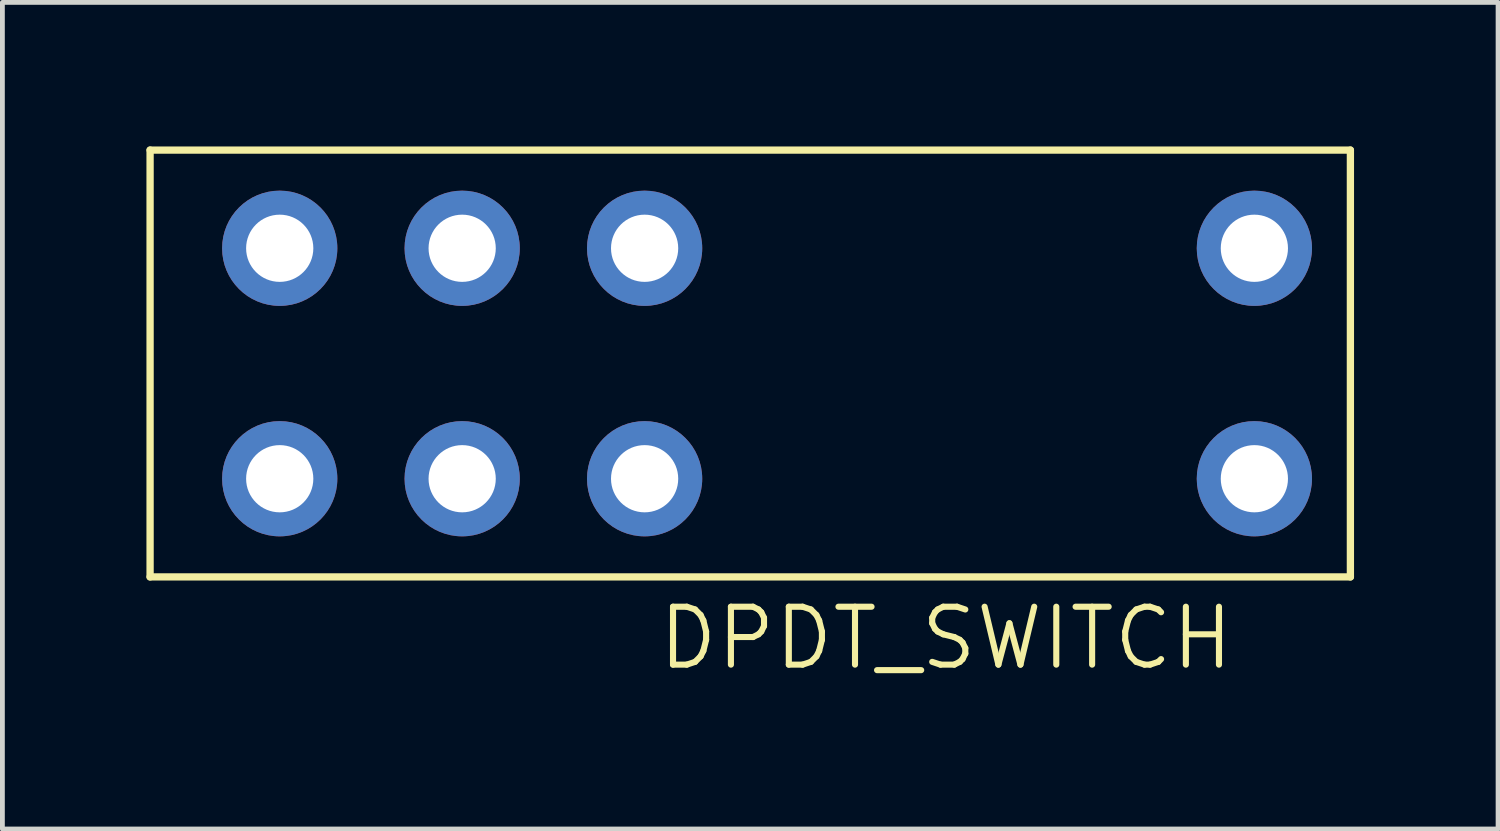
<source format=kicad_pcb>
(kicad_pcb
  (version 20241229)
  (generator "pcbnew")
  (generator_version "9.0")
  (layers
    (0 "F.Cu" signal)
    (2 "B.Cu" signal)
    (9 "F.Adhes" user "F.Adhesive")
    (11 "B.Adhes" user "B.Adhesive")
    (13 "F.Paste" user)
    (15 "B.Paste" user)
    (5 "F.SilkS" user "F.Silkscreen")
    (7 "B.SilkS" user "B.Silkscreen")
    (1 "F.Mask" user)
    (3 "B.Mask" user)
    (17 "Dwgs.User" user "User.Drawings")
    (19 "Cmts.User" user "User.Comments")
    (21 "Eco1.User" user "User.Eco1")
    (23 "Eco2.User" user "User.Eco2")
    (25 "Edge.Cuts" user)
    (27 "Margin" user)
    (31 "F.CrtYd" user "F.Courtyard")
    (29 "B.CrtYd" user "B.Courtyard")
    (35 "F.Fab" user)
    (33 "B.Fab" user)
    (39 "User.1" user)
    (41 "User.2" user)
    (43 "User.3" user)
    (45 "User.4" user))
  (footprint "DPDT_SWITCH"
    (layer "F.Cu")
    (at 6.076 4.521)
    (property "Reference" "DPDT_SWITCH" (at 4.521 6.426 0) (layer "F.SilkS") (effects (font (size 1.206 1.206) (thickness 0.127)) (justify left bottom)))
    (attr through_hole)
    (fp_line (start -6 -4.445) (end -6 4.445) (stroke (width 0.152) (type solid)) (layer "F.SilkS"))
    (fp_line (start -6 -4.445) (end 19 -4.445) (stroke (width 0.152) (type solid)) (layer "F.SilkS"))
    (fp_line (start 19 4.445) (end -6 4.445) (stroke (width 0.152) (type solid)) (layer "F.SilkS"))
    (fp_line (start 19 4.445) (end 19 -4.445) (stroke (width 0.152) (type solid)) (layer "F.SilkS"))
    (pad "1" thru_hole circle (at -3.3 -2.4 90) (size 2.4 2.4) (drill 1.4) (layers "*.Cu" "*.Mask"))
    (pad "2" thru_hole circle (at 0.5 -2.4 90) (size 2.4 2.4) (drill 1.4) (layers "*.Cu" "*.Mask"))
    (pad "3" thru_hole circle (at 4.3 -2.4 90) (size 2.4 2.4) (drill 1.4) (layers "*.Cu" "*.Mask"))
    (pad "4" thru_hole circle (at -3.3 2.4 90) (size 2.4 2.4) (drill 1.4) (layers "*.Cu" "*.Mask"))
    (pad "5" thru_hole circle (at 0.5 2.4 90) (size 2.4 2.4) (drill 1.4) (layers "*.Cu" "*.Mask"))
    (pad "6" thru_hole circle (at 4.3 2.4 90) (size 2.4 2.4) (drill 1.4) (layers "*.Cu" "*.Mask"))
    (pad "7" thru_hole circle (at 17 -2.4 90) (size 2.4 2.4) (drill 1.4) (layers "*.Cu" "*.Mask"))
    (pad "8" thru_hole circle (at 17 2.4 90) (size 2.4 2.4) (drill 1.4) (layers "*.Cu" "*.Mask")))
  (gr_rect
    (start -3 -3)
    (end 28.152 14.217)
    (stroke (width 0.1) (type default))
    (fill no)
    (layer "Edge.Cuts")))
</source>
